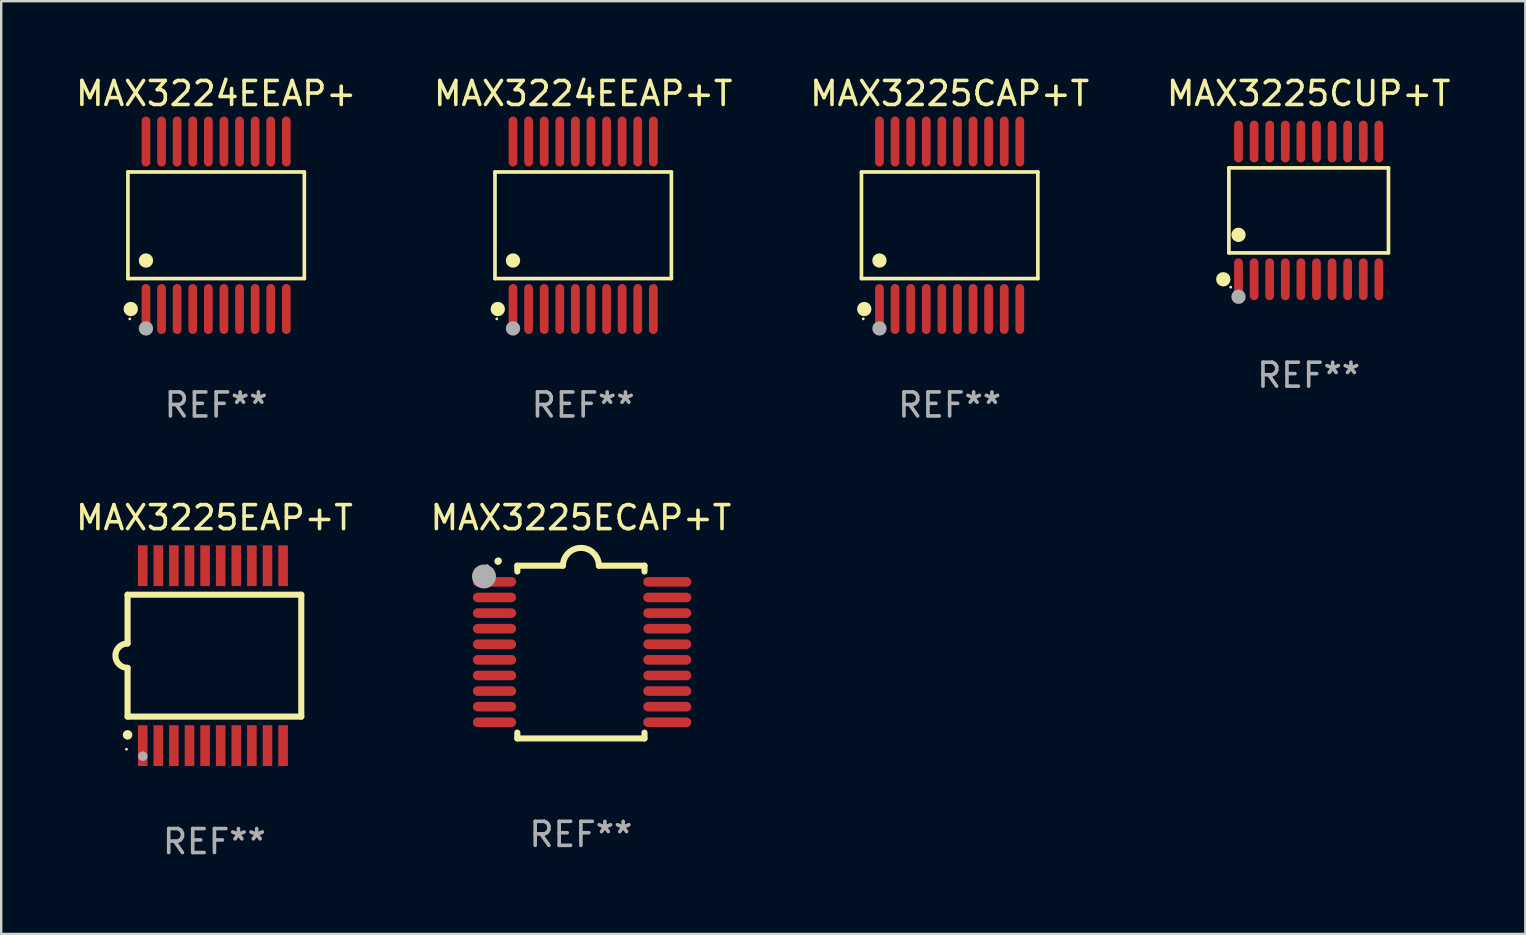
<source format=kicad_pcb>
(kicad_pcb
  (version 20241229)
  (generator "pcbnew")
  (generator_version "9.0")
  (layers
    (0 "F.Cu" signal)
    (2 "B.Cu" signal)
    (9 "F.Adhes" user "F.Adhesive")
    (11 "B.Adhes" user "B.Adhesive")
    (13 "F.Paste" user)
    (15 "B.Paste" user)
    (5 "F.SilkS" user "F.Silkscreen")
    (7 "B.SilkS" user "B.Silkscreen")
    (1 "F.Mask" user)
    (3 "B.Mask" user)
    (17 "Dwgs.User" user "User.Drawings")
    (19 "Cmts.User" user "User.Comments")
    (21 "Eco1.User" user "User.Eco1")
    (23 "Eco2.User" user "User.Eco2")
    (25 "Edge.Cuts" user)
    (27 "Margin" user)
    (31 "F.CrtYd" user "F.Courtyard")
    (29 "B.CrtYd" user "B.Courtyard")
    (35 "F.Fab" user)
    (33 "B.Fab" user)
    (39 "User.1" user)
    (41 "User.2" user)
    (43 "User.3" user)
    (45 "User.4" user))
  (footprint "MAX3225CUP+T"
    (layer "F.Cu")
    (at 51.494 5.719)
    (property "Reference" "MAX3225CUP+T" (at 0 -4.871 0) (layer "F.SilkS") (effects (font (size 1 1) (thickness 0.15))))
    (attr through_hole)
    (fp_line (start -3.326 -1.771) (end 3.326 -1.771) (stroke (width 0.152) (type solid)) (layer "F.SilkS"))
    (fp_line (start -3.326 1.771) (end -3.326 -1.771) (stroke (width 0.152) (type solid)) (layer "F.SilkS"))
    (fp_line (start 3.326 -1.771) (end 3.326 1.771) (stroke (width 0.152) (type solid)) (layer "F.SilkS"))
    (fp_line (start 3.326 1.771) (end -3.326 1.771) (stroke (width 0.152) (type solid)) (layer "F.SilkS"))
    (fp_circle (center -3.559 2.871) (end -3.409 2.871) (stroke (width 0.3) (type solid)) (fill no) (layer "F.SilkS"))
    (fp_circle (center -3.25 3.2) (end -3.22 3.2) (stroke (width 0.06) (type solid)) (fill no) (layer "F.SilkS"))
    (fp_circle (center -2.925 1.019) (end -2.775 1.019) (stroke (width 0.3) (type solid)) (fill no) (layer "F.SilkS"))
    (fp_circle (center -2.925 3.6) (end -2.775 3.6) (stroke (width 0.3) (type solid)) (fill no) (layer "F.Fab"))
    (fp_text user "REF**" (at 0 6.871 0) (layer "F.Fab") (effects (font (size 1 1) (thickness 0.15))))
    (pad "1" smd oval (at -2.925 2.871) (size 0.364 1.742) (layers "F.Cu" "F.Mask" "F.Paste"))
    (pad "2" smd oval (at -2.275 2.871) (size 0.364 1.742) (layers "F.Cu" "F.Mask" "F.Paste"))
    (pad "3" smd oval (at -1.625 2.871) (size 0.364 1.742) (layers "F.Cu" "F.Mask" "F.Paste"))
    (pad "4" smd oval (at -0.975 2.871) (size 0.364 1.742) (layers "F.Cu" "F.Mask" "F.Paste"))
    (pad "5" smd oval (at -0.325 2.871) (size 0.364 1.742) (layers "F.Cu" "F.Mask" "F.Paste"))
    (pad "6" smd oval (at 0.325 2.871) (size 0.364 1.742) (layers "F.Cu" "F.Mask" "F.Paste"))
    (pad "7" smd oval (at 0.975 2.871) (size 0.364 1.742) (layers "F.Cu" "F.Mask" "F.Paste"))
    (pad "8" smd oval (at 1.625 2.871) (size 0.364 1.742) (layers "F.Cu" "F.Mask" "F.Paste"))
    (pad "9" smd oval (at 2.275 2.871) (size 0.364 1.742) (layers "F.Cu" "F.Mask" "F.Paste"))
    (pad "10" smd oval (at 2.925 2.871) (size 0.364 1.742) (layers "F.Cu" "F.Mask" "F.Paste"))
    (pad "11" smd oval (at 2.925 -2.871) (size 0.364 1.742) (layers "F.Cu" "F.Mask" "F.Paste"))
    (pad "12" smd oval (at 2.275 -2.871) (size 0.364 1.742) (layers "F.Cu" "F.Mask" "F.Paste"))
    (pad "13" smd oval (at 1.625 -2.871) (size 0.364 1.742) (layers "F.Cu" "F.Mask" "F.Paste"))
    (pad "14" smd oval (at 0.975 -2.871) (size 0.364 1.742) (layers "F.Cu" "F.Mask" "F.Paste"))
    (pad "15" smd oval (at 0.325 -2.871) (size 0.364 1.742) (layers "F.Cu" "F.Mask" "F.Paste"))
    (pad "16" smd oval (at -0.325 -2.871) (size 0.364 1.742) (layers "F.Cu" "F.Mask" "F.Paste"))
    (pad "17" smd oval (at -0.975 -2.871) (size 0.364 1.742) (layers "F.Cu" "F.Mask" "F.Paste"))
    (pad "18" smd oval (at -1.625 -2.871) (size 0.364 1.742) (layers "F.Cu" "F.Mask" "F.Paste"))
    (pad "19" smd oval (at -2.275 -2.871) (size 0.364 1.742) (layers "F.Cu" "F.Mask" "F.Paste"))
    (pad "20" smd oval (at -2.925 -2.871) (size 0.364 1.742) (layers "F.Cu" "F.Mask" "F.Paste")))
  (footprint "MAX3225CAP+T"
    (layer "F.Cu")
    (at 36.53 6.339)
    (property "Reference" "MAX3225CAP+T" (at 0 -5.491 0) (layer "F.SilkS") (effects (font (size 1 1) (thickness 0.15))))
    (attr through_hole)
    (fp_line (start -3.676 -2.221) (end 3.676 -2.221) (stroke (width 0.152) (type solid)) (layer "F.SilkS"))
    (fp_line (start -3.676 2.221) (end -3.676 -2.221) (stroke (width 0.152) (type solid)) (layer "F.SilkS"))
    (fp_line (start 3.676 -2.221) (end 3.676 2.221) (stroke (width 0.152) (type solid)) (layer "F.SilkS"))
    (fp_line (start 3.676 2.221) (end -3.676 2.221) (stroke (width 0.152) (type solid)) (layer "F.SilkS"))
    (fp_circle (center -3.6 3.9) (end -3.57 3.9) (stroke (width 0.06) (type solid)) (fill no) (layer "F.SilkS"))
    (fp_circle (center -3.559 3.491) (end -3.409 3.491) (stroke (width 0.3) (type solid)) (fill no) (layer "F.SilkS"))
    (fp_circle (center -2.925 1.469) (end -2.775 1.469) (stroke (width 0.3) (type solid)) (fill no) (layer "F.SilkS"))
    (fp_circle (center -2.925 4.3) (end -2.775 4.3) (stroke (width 0.3) (type solid)) (fill no) (layer "F.Fab"))
    (fp_text user "REF**" (at 0 7.491 0) (layer "F.Fab") (effects (font (size 1 1) (thickness 0.15))))
    (pad "1" smd oval (at -2.925 3.491) (size 0.364 2.082) (layers "F.Cu" "F.Mask" "F.Paste"))
    (pad "2" smd oval (at -2.275 3.491) (size 0.364 2.082) (layers "F.Cu" "F.Mask" "F.Paste"))
    (pad "3" smd oval (at -1.625 3.491) (size 0.364 2.082) (layers "F.Cu" "F.Mask" "F.Paste"))
    (pad "4" smd oval (at -0.975 3.491) (size 0.364 2.082) (layers "F.Cu" "F.Mask" "F.Paste"))
    (pad "5" smd oval (at -0.325 3.491) (size 0.364 2.082) (layers "F.Cu" "F.Mask" "F.Paste"))
    (pad "6" smd oval (at 0.325 3.491) (size 0.364 2.082) (layers "F.Cu" "F.Mask" "F.Paste"))
    (pad "7" smd oval (at 0.975 3.491) (size 0.364 2.082) (layers "F.Cu" "F.Mask" "F.Paste"))
    (pad "8" smd oval (at 1.625 3.491) (size 0.364 2.082) (layers "F.Cu" "F.Mask" "F.Paste"))
    (pad "9" smd oval (at 2.275 3.491) (size 0.364 2.082) (layers "F.Cu" "F.Mask" "F.Paste"))
    (pad "10" smd oval (at 2.925 3.491) (size 0.364 2.082) (layers "F.Cu" "F.Mask" "F.Paste"))
    (pad "11" smd oval (at 2.925 -3.491) (size 0.364 2.082) (layers "F.Cu" "F.Mask" "F.Paste"))
    (pad "12" smd oval (at 2.275 -3.491) (size 0.364 2.082) (layers "F.Cu" "F.Mask" "F.Paste"))
    (pad "13" smd oval (at 1.625 -3.491) (size 0.364 2.082) (layers "F.Cu" "F.Mask" "F.Paste"))
    (pad "14" smd oval (at 0.975 -3.491) (size 0.364 2.082) (layers "F.Cu" "F.Mask" "F.Paste"))
    (pad "15" smd oval (at 0.325 -3.491) (size 0.364 2.082) (layers "F.Cu" "F.Mask" "F.Paste"))
    (pad "16" smd oval (at -0.325 -3.491) (size 0.364 2.082) (layers "F.Cu" "F.Mask" "F.Paste"))
    (pad "17" smd oval (at -0.975 -3.491) (size 0.364 2.082) (layers "F.Cu" "F.Mask" "F.Paste"))
    (pad "18" smd oval (at -1.625 -3.491) (size 0.364 2.082) (layers "F.Cu" "F.Mask" "F.Paste"))
    (pad "19" smd oval (at -2.275 -3.491) (size 0.364 2.082) (layers "F.Cu" "F.Mask" "F.Paste"))
    (pad "20" smd oval (at -2.925 -3.491) (size 0.364 2.082) (layers "F.Cu" "F.Mask" "F.Paste")))
  (footprint "MAX3224EEAP+T"
    (layer "F.Cu")
    (at 21.256 6.339)
    (property "Reference" "MAX3224EEAP+T" (at 0 -5.491 0) (layer "F.SilkS") (effects (font (size 1 1) (thickness 0.15))))
    (attr through_hole)
    (fp_line (start -3.676 -2.221) (end 3.676 -2.221) (stroke (width 0.152) (type solid)) (layer "F.SilkS"))
    (fp_line (start -3.676 2.221) (end -3.676 -2.221) (stroke (width 0.152) (type solid)) (layer "F.SilkS"))
    (fp_line (start 3.676 -2.221) (end 3.676 2.221) (stroke (width 0.152) (type solid)) (layer "F.SilkS"))
    (fp_line (start 3.676 2.221) (end -3.676 2.221) (stroke (width 0.152) (type solid)) (layer "F.SilkS"))
    (fp_circle (center -3.6 3.9) (end -3.57 3.9) (stroke (width 0.06) (type solid)) (fill no) (layer "F.SilkS"))
    (fp_circle (center -3.559 3.491) (end -3.409 3.491) (stroke (width 0.3) (type solid)) (fill no) (layer "F.SilkS"))
    (fp_circle (center -2.925 1.469) (end -2.775 1.469) (stroke (width 0.3) (type solid)) (fill no) (layer "F.SilkS"))
    (fp_circle (center -2.925 4.3) (end -2.775 4.3) (stroke (width 0.3) (type solid)) (fill no) (layer "F.Fab"))
    (fp_text user "REF**" (at 0 7.491 0) (layer "F.Fab") (effects (font (size 1 1) (thickness 0.15))))
    (pad "1" smd oval (at -2.925 3.491) (size 0.364 2.082) (layers "F.Cu" "F.Mask" "F.Paste"))
    (pad "2" smd oval (at -2.275 3.491) (size 0.364 2.082) (layers "F.Cu" "F.Mask" "F.Paste"))
    (pad "3" smd oval (at -1.625 3.491) (size 0.364 2.082) (layers "F.Cu" "F.Mask" "F.Paste"))
    (pad "4" smd oval (at -0.975 3.491) (size 0.364 2.082) (layers "F.Cu" "F.Mask" "F.Paste"))
    (pad "5" smd oval (at -0.325 3.491) (size 0.364 2.082) (layers "F.Cu" "F.Mask" "F.Paste"))
    (pad "6" smd oval (at 0.325 3.491) (size 0.364 2.082) (layers "F.Cu" "F.Mask" "F.Paste"))
    (pad "7" smd oval (at 0.975 3.491) (size 0.364 2.082) (layers "F.Cu" "F.Mask" "F.Paste"))
    (pad "8" smd oval (at 1.625 3.491) (size 0.364 2.082) (layers "F.Cu" "F.Mask" "F.Paste"))
    (pad "9" smd oval (at 2.275 3.491) (size 0.364 2.082) (layers "F.Cu" "F.Mask" "F.Paste"))
    (pad "10" smd oval (at 2.925 3.491) (size 0.364 2.082) (layers "F.Cu" "F.Mask" "F.Paste"))
    (pad "11" smd oval (at 2.925 -3.491) (size 0.364 2.082) (layers "F.Cu" "F.Mask" "F.Paste"))
    (pad "12" smd oval (at 2.275 -3.491) (size 0.364 2.082) (layers "F.Cu" "F.Mask" "F.Paste"))
    (pad "13" smd oval (at 1.625 -3.491) (size 0.364 2.082) (layers "F.Cu" "F.Mask" "F.Paste"))
    (pad "14" smd oval (at 0.975 -3.491) (size 0.364 2.082) (layers "F.Cu" "F.Mask" "F.Paste"))
    (pad "15" smd oval (at 0.325 -3.491) (size 0.364 2.082) (layers "F.Cu" "F.Mask" "F.Paste"))
    (pad "16" smd oval (at -0.325 -3.491) (size 0.364 2.082) (layers "F.Cu" "F.Mask" "F.Paste"))
    (pad "17" smd oval (at -0.975 -3.491) (size 0.364 2.082) (layers "F.Cu" "F.Mask" "F.Paste"))
    (pad "18" smd oval (at -1.625 -3.491) (size 0.364 2.082) (layers "F.Cu" "F.Mask" "F.Paste"))
    (pad "19" smd oval (at -2.275 -3.491) (size 0.364 2.082) (layers "F.Cu" "F.Mask" "F.Paste"))
    (pad "20" smd oval (at -2.925 -3.491) (size 0.364 2.082) (layers "F.Cu" "F.Mask" "F.Paste")))
  (footprint "MAX3225ECAP+T"
    (layer "F.Cu")
    (at 21.161 24.127)
    (property "Reference" "MAX3225ECAP+T" (at 0 -5.6 0) (layer "F.SilkS") (effects (font (size 1 1) (thickness 0.15))))
    (attr through_hole)
    (fp_line (start -2.65 -3.6) (end -2.65 -3.357) (stroke (width 0.254) (type solid)) (layer "F.SilkS"))
    (fp_line (start -2.65 -3.6) (end -0.75 -3.6) (stroke (width 0.254) (type solid)) (layer "F.SilkS"))
    (fp_line (start -2.65 3.357) (end -2.65 3.6) (stroke (width 0.254) (type solid)) (layer "F.SilkS"))
    (fp_line (start 2.65 -3.6) (end 0.75 -3.6) (stroke (width 0.254) (type solid)) (layer "F.SilkS"))
    (fp_line (start 2.65 -3.6) (end 2.65 -3.357) (stroke (width 0.254) (type solid)) (layer "F.SilkS"))
    (fp_line (start 2.65 3.357) (end 2.65 3.6) (stroke (width 0.254) (type solid)) (layer "F.SilkS"))
    (fp_line (start 2.65 3.6) (end -2.65 3.6) (stroke (width 0.254) (type solid)) (layer "F.SilkS"))
    (fp_arc (start -3.454407 -3.784608) (mid -3.449499 -3.78986) (end -3.444247 -3.794768) (stroke (width 0.3) (type solid)) (layer "F.SilkS"))
    (fp_arc (start -0.749301 -3.599186) (mid -0.000051 -4.348844) (end 0.750013 -3.6) (stroke (width 0.254001) (type solid)) (layer "F.SilkS"))
    (fp_circle (center -3.9 -3.6) (end -3.87 -3.6) (stroke (width 0.06) (type solid)) (fill no) (layer "F.SilkS"))
    (fp_circle (center -4.039 -3.15) (end -3.789 -3.15) (stroke (width 0.5) (type solid)) (fill no) (layer "F.Fab"))
    (fp_text user "REF**" (at 0 7.6 0) (layer "F.Fab") (effects (font (size 1 1) (thickness 0.15))))
    (pad "1" smd oval (at -3.6 -2.926 90) (size 0.4 1.8) (layers "F.Cu" "F.Mask" "F.Paste"))
    (pad "2" smd oval (at -3.6 -2.276 90) (size 0.4 1.8) (layers "F.Cu" "F.Mask" "F.Paste"))
    (pad "3" smd oval (at -3.6 -1.626 90) (size 0.4 1.8) (layers "F.Cu" "F.Mask" "F.Paste"))
    (pad "4" smd oval (at -3.6 -0.975 90) (size 0.4 1.8) (layers "F.Cu" "F.Mask" "F.Paste"))
    (pad "5" smd oval (at -3.6 -0.325 90) (size 0.4 1.8) (layers "F.Cu" "F.Mask" "F.Paste"))
    (pad "6" smd oval (at -3.6 0.325 90) (size 0.4 1.8) (layers "F.Cu" "F.Mask" "F.Paste"))
    (pad "7" smd oval (at -3.6 0.975 90) (size 0.4 1.8) (layers "F.Cu" "F.Mask" "F.Paste"))
    (pad "8" smd oval (at -3.6 1.626 90) (size 0.4 1.8) (layers "F.Cu" "F.Mask" "F.Paste"))
    (pad "9" smd oval (at -3.6 2.276 90) (size 0.4 1.8) (layers "F.Cu" "F.Mask" "F.Paste"))
    (pad "10" smd oval (at -3.6 2.926 90) (size 0.4 1.8) (layers "F.Cu" "F.Mask" "F.Paste"))
    (pad "11" smd oval (at 3.6 2.926 90) (size 0.4 2) (layers "F.Cu" "F.Mask" "F.Paste"))
    (pad "12" smd oval (at 3.6 2.276 90) (size 0.4 2) (layers "F.Cu" "F.Mask" "F.Paste"))
    (pad "13" smd oval (at 3.6 1.626 90) (size 0.4 2) (layers "F.Cu" "F.Mask" "F.Paste"))
    (pad "14" smd oval (at 3.6 0.975 90) (size 0.4 2) (layers "F.Cu" "F.Mask" "F.Paste"))
    (pad "15" smd oval (at 3.6 0.325 90) (size 0.4 2) (layers "F.Cu" "F.Mask" "F.Paste"))
    (pad "16" smd oval (at 3.6 -0.325 90) (size 0.4 2) (layers "F.Cu" "F.Mask" "F.Paste"))
    (pad "17" smd oval (at 3.6 -0.975 90) (size 0.4 2) (layers "F.Cu" "F.Mask" "F.Paste"))
    (pad "18" smd oval (at 3.6 -1.626 90) (size 0.4 2) (layers "F.Cu" "F.Mask" "F.Paste"))
    (pad "19" smd oval (at 3.6 -2.276 90) (size 0.4 2) (layers "F.Cu" "F.Mask" "F.Paste"))
    (pad "20" smd oval (at 3.6 -2.926 90) (size 0.4 2) (layers "F.Cu" "F.Mask" "F.Paste")))
  (footprint "MAX3224EEAP+"
    (layer "F.Cu")
    (at 5.958 6.339)
    (property "Reference" "MAX3224EEAP+" (at 0 -5.491 0) (layer "F.SilkS") (effects (font (size 1 1) (thickness 0.15))))
    (attr through_hole)
    (fp_line (start -3.676 -2.221) (end 3.676 -2.221) (stroke (width 0.152) (type solid)) (layer "F.SilkS"))
    (fp_line (start -3.676 2.221) (end -3.676 -2.221) (stroke (width 0.152) (type solid)) (layer "F.SilkS"))
    (fp_line (start 3.676 -2.221) (end 3.676 2.221) (stroke (width 0.152) (type solid)) (layer "F.SilkS"))
    (fp_line (start 3.676 2.221) (end -3.676 2.221) (stroke (width 0.152) (type solid)) (layer "F.SilkS"))
    (fp_circle (center -3.6 3.9) (end -3.57 3.9) (stroke (width 0.06) (type solid)) (fill no) (layer "F.SilkS"))
    (fp_circle (center -3.559 3.491) (end -3.409 3.491) (stroke (width 0.3) (type solid)) (fill no) (layer "F.SilkS"))
    (fp_circle (center -2.925 1.469) (end -2.775 1.469) (stroke (width 0.3) (type solid)) (fill no) (layer "F.SilkS"))
    (fp_circle (center -2.925 4.3) (end -2.775 4.3) (stroke (width 0.3) (type solid)) (fill no) (layer "F.Fab"))
    (fp_text user "REF**" (at 0 7.491 0) (layer "F.Fab") (effects (font (size 1 1) (thickness 0.15))))
    (pad "1" smd oval (at -2.925 3.491) (size 0.364 2.082) (layers "F.Cu" "F.Mask" "F.Paste"))
    (pad "2" smd oval (at -2.275 3.491) (size 0.364 2.082) (layers "F.Cu" "F.Mask" "F.Paste"))
    (pad "3" smd oval (at -1.625 3.491) (size 0.364 2.082) (layers "F.Cu" "F.Mask" "F.Paste"))
    (pad "4" smd oval (at -0.975 3.491) (size 0.364 2.082) (layers "F.Cu" "F.Mask" "F.Paste"))
    (pad "5" smd oval (at -0.325 3.491) (size 0.364 2.082) (layers "F.Cu" "F.Mask" "F.Paste"))
    (pad "6" smd oval (at 0.325 3.491) (size 0.364 2.082) (layers "F.Cu" "F.Mask" "F.Paste"))
    (pad "7" smd oval (at 0.975 3.491) (size 0.364 2.082) (layers "F.Cu" "F.Mask" "F.Paste"))
    (pad "8" smd oval (at 1.625 3.491) (size 0.364 2.082) (layers "F.Cu" "F.Mask" "F.Paste"))
    (pad "9" smd oval (at 2.275 3.491) (size 0.364 2.082) (layers "F.Cu" "F.Mask" "F.Paste"))
    (pad "10" smd oval (at 2.925 3.491) (size 0.364 2.082) (layers "F.Cu" "F.Mask" "F.Paste"))
    (pad "11" smd oval (at 2.925 -3.491) (size 0.364 2.082) (layers "F.Cu" "F.Mask" "F.Paste"))
    (pad "12" smd oval (at 2.275 -3.491) (size 0.364 2.082) (layers "F.Cu" "F.Mask" "F.Paste"))
    (pad "13" smd oval (at 1.625 -3.491) (size 0.364 2.082) (layers "F.Cu" "F.Mask" "F.Paste"))
    (pad "14" smd oval (at 0.975 -3.491) (size 0.364 2.082) (layers "F.Cu" "F.Mask" "F.Paste"))
    (pad "15" smd oval (at 0.325 -3.491) (size 0.364 2.082) (layers "F.Cu" "F.Mask" "F.Paste"))
    (pad "16" smd oval (at -0.325 -3.491) (size 0.364 2.082) (layers "F.Cu" "F.Mask" "F.Paste"))
    (pad "17" smd oval (at -0.975 -3.491) (size 0.364 2.082) (layers "F.Cu" "F.Mask" "F.Paste"))
    (pad "18" smd oval (at -1.625 -3.491) (size 0.364 2.082) (layers "F.Cu" "F.Mask" "F.Paste"))
    (pad "19" smd oval (at -2.275 -3.491) (size 0.364 2.082) (layers "F.Cu" "F.Mask" "F.Paste"))
    (pad "20" smd oval (at -2.925 -3.491) (size 0.364 2.082) (layers "F.Cu" "F.Mask" "F.Paste")))
  (footprint "MAX3225EAP+T"
    (layer "F.Cu")
    (at 5.887 24.277)
    (property "Reference" "MAX3225EAP+T" (at 0 -5.75 0) (layer "F.SilkS") (effects (font (size 1 1) (thickness 0.15))))
    (attr through_hole)
    (fp_line (start -3.62 -2.54) (end 3.62 -2.54) (stroke (width 0.254) (type solid)) (layer "F.SilkS"))
    (fp_line (start -3.62 -0.508) (end -3.62 -2.54) (stroke (width 0.254) (type solid)) (layer "F.SilkS"))
    (fp_line (start -3.62 2.54) (end -3.62 0.508) (stroke (width 0.254) (type solid)) (layer "F.SilkS"))
    (fp_line (start 3.62 -2.54) (end 3.62 2.54) (stroke (width 0.254) (type solid)) (layer "F.SilkS"))
    (fp_line (start 3.62 2.54) (end -3.62 2.54) (stroke (width 0.254) (type solid)) (layer "F.SilkS"))
    (fp_arc (start -3.619507 0.508052) (mid -4.125607 0.000051) (end -3.619507 -0.50795) (stroke (width 0.254001) (type solid)) (layer "F.SilkS"))
    (fp_circle (center -3.664 3.9) (end -3.634 3.9) (stroke (width 0.06) (type solid)) (fill no) (layer "F.SilkS"))
    (fp_circle (center -3.62 3.302) (end -3.52 3.302) (stroke (width 0.2) (type solid)) (fill no) (layer "F.SilkS"))
    (fp_circle (center -2.985 4.191) (end -2.885 4.191) (stroke (width 0.2) (type solid)) (fill no) (layer "F.Fab"))
    (fp_text user "REF**" (at 0 7.75 0) (layer "F.Fab") (effects (font (size 1 1) (thickness 0.15))))
    (pad "1" smd rect (at -2.989 3.75) (size 0.4 1.7) (layers "F.Cu" "F.Mask" "F.Paste"))
    (pad "2" smd rect (at -2.339 3.75) (size 0.4 1.7) (layers "F.Cu" "F.Mask" "F.Paste"))
    (pad "3" smd rect (at -1.689 3.75) (size 0.4 1.7) (layers "F.Cu" "F.Mask" "F.Paste"))
    (pad "4" smd rect (at -1.039 3.75) (size 0.4 1.7) (layers "F.Cu" "F.Mask" "F.Paste"))
    (pad "5" smd rect (at -0.389 3.75) (size 0.4 1.7) (layers "F.Cu" "F.Mask" "F.Paste"))
    (pad "6" smd rect (at 0.261 3.75) (size 0.4 1.7) (layers "F.Cu" "F.Mask" "F.Paste"))
    (pad "7" smd rect (at 0.911 3.75) (size 0.4 1.7) (layers "F.Cu" "F.Mask" "F.Paste"))
    (pad "8" smd rect (at 1.561 3.75) (size 0.4 1.7) (layers "F.Cu" "F.Mask" "F.Paste"))
    (pad "9" smd rect (at 2.211 3.75) (size 0.4 1.7) (layers "F.Cu" "F.Mask" "F.Paste"))
    (pad "10" smd rect (at 2.862 3.75) (size 0.4 1.7) (layers "F.Cu" "F.Mask" "F.Paste"))
    (pad "11" smd rect (at 2.862 -3.75) (size 0.4 1.7) (layers "F.Cu" "F.Mask" "F.Paste"))
    (pad "12" smd rect (at 2.211 -3.75) (size 0.4 1.7) (layers "F.Cu" "F.Mask" "F.Paste"))
    (pad "13" smd rect (at 1.561 -3.75) (size 0.4 1.7) (layers "F.Cu" "F.Mask" "F.Paste"))
    (pad "14" smd rect (at 0.911 -3.75) (size 0.4 1.7) (layers "F.Cu" "F.Mask" "F.Paste"))
    (pad "15" smd rect (at 0.261 -3.75) (size 0.4 1.7) (layers "F.Cu" "F.Mask" "F.Paste"))
    (pad "16" smd rect (at -0.389 -3.75) (size 0.4 1.7) (layers "F.Cu" "F.Mask" "F.Paste"))
    (pad "17" smd rect (at -1.039 -3.75) (size 0.4 1.7) (layers "F.Cu" "F.Mask" "F.Paste"))
    (pad "18" smd rect (at -1.689 -3.75) (size 0.4 1.7) (layers "F.Cu" "F.Mask" "F.Paste"))
    (pad "19" smd rect (at -2.339 -3.75) (size 0.4 1.7) (layers "F.Cu" "F.Mask" "F.Paste"))
    (pad "20" smd rect (at -2.989 -3.75) (size 0.4 1.7) (layers "F.Cu" "F.Mask" "F.Paste")))
  (gr_rect
    (start -3 -3)
    (end 60.524 35.875)
    (stroke (width 0.1) (type default))
    (fill no)
    (layer "Edge.Cuts")))
</source>
